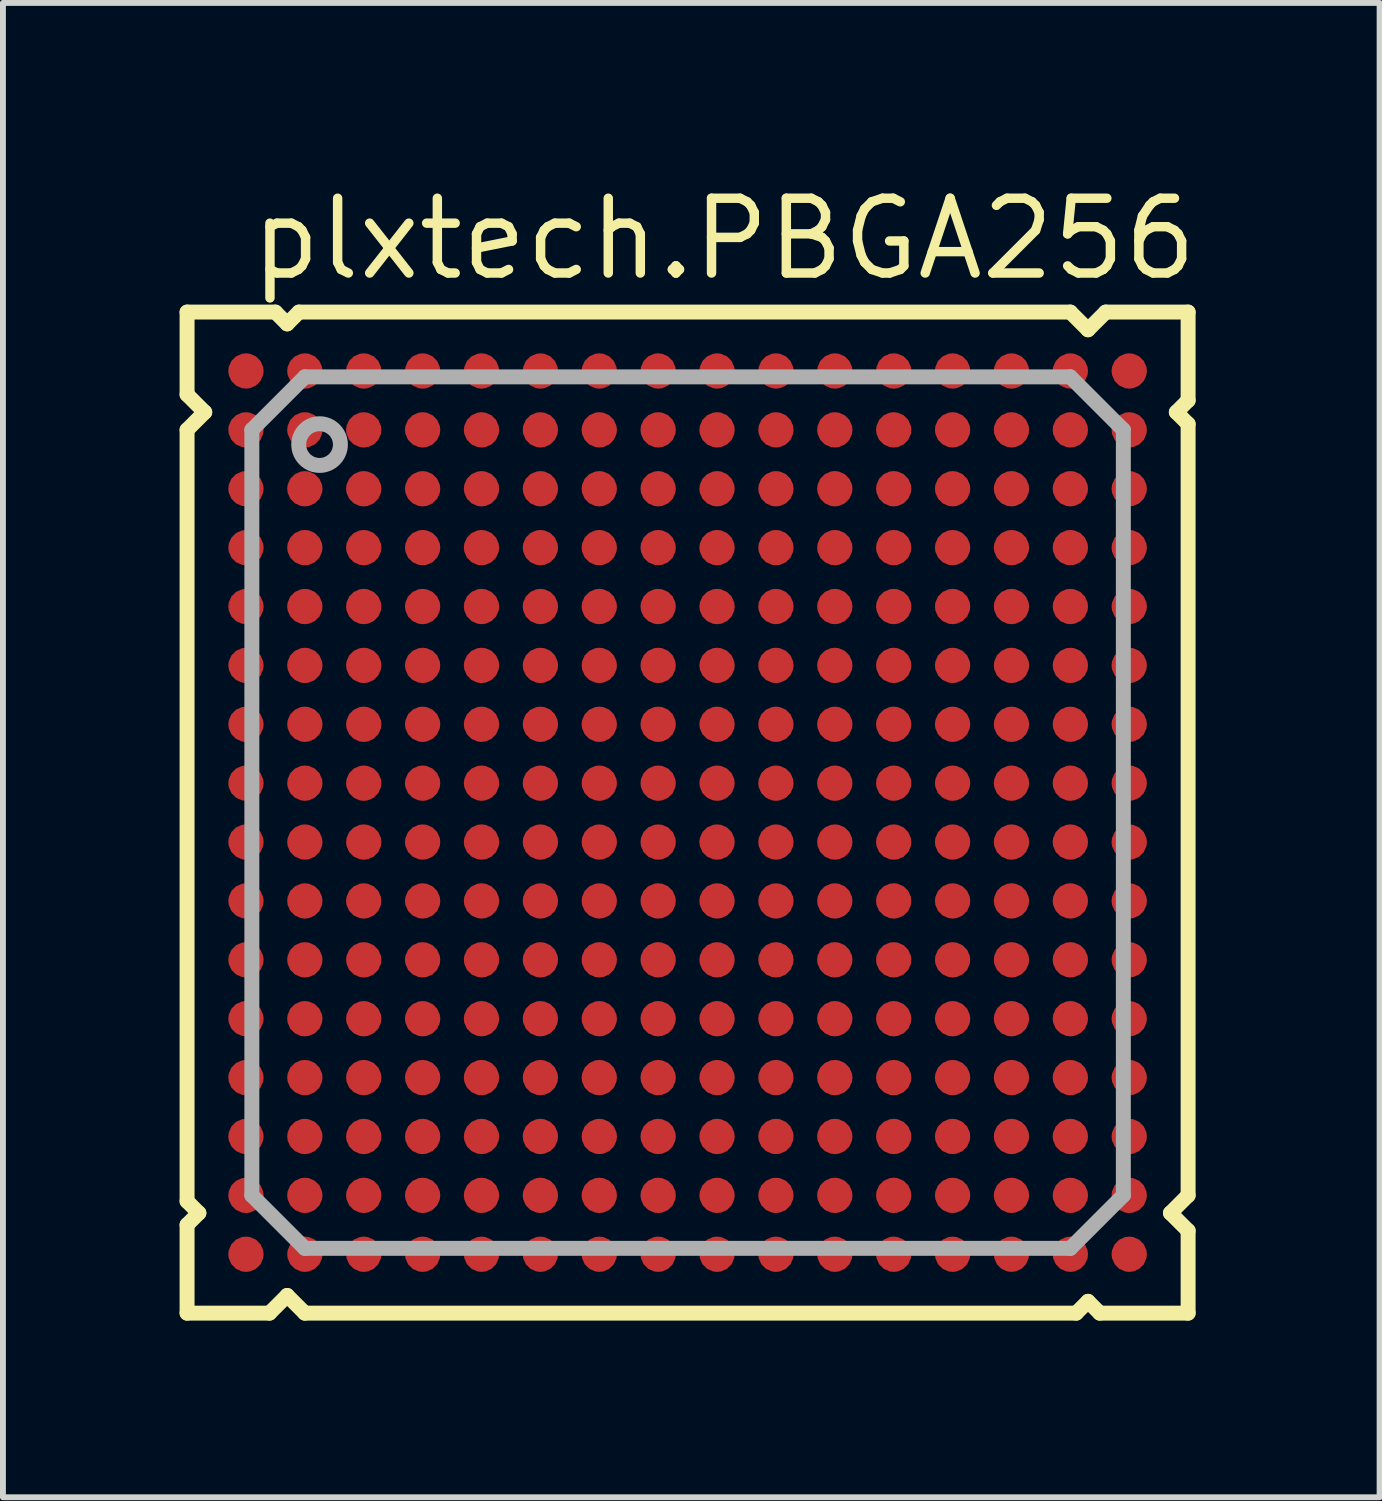
<source format=kicad_pcb>
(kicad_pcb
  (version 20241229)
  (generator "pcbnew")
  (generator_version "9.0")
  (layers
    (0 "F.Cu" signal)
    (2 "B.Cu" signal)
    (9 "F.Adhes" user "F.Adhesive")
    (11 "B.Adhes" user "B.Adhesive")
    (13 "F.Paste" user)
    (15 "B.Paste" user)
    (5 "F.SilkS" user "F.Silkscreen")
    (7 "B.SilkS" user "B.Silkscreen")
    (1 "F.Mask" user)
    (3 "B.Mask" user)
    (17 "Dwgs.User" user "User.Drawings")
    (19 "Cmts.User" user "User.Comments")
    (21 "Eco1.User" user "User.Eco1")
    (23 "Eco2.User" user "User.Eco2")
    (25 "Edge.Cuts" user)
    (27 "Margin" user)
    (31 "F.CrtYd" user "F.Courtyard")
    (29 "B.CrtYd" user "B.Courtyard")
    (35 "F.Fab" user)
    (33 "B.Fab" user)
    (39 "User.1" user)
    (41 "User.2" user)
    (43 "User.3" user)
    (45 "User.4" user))
  (footprint "plxtech.PBGA256"
    (layer "F.Cu")
    (at 8.627 10.75)
    (property "Reference" "plxtech.PBGA256" (at -7.5 -9 0) (layer "F.SilkS") (effects (font (size 1.27 1.27) (thickness 0.16)) (justify left bottom)))
    (attr smd)
    (fp_line (start -8.5 -8.5) (end -7 -8.5) (stroke (width 0.254) (type default)) (layer "F.SilkS"))
    (fp_line (start -8.5 -7.1) (end -8.5 -8.5) (stroke (width 0.254) (type default)) (layer "F.SilkS"))
    (fp_line (start -8.5 -6.5) (end -8.2 -6.8) (stroke (width 0.254) (type default)) (layer "F.SilkS"))
    (fp_line (start -8.5 6.6) (end -8.5 -6.5) (stroke (width 0.254) (type default)) (layer "F.SilkS"))
    (fp_line (start -8.5 7) (end -8.3 6.8) (stroke (width 0.254) (type default)) (layer "F.SilkS"))
    (fp_line (start -8.5 8.5) (end -8.5 7) (stroke (width 0.254) (type default)) (layer "F.SilkS"))
    (fp_line (start -8.3 6.8) (end -8.5 6.6) (stroke (width 0.254) (type default)) (layer "F.SilkS"))
    (fp_line (start -8.2 -6.8) (end -8.5 -7.1) (stroke (width 0.254) (type default)) (layer "F.SilkS"))
    (fp_line (start -7.1 8.5) (end -8.5 8.5) (stroke (width 0.254) (type default)) (layer "F.SilkS"))
    (fp_line (start -7 -8.5) (end -6.8 -8.3) (stroke (width 0.254) (type default)) (layer "F.SilkS"))
    (fp_line (start -6.8 -8.3) (end -6.6 -8.5) (stroke (width 0.254) (type default)) (layer "F.SilkS"))
    (fp_line (start -6.8 8.2) (end -7.1 8.5) (stroke (width 0.254) (type default)) (layer "F.SilkS"))
    (fp_line (start -6.6 -8.5) (end 6.5 -8.5) (stroke (width 0.254) (type default)) (layer "F.SilkS"))
    (fp_line (start -6.5 8.5) (end -6.8 8.2) (stroke (width 0.254) (type default)) (layer "F.SilkS"))
    (fp_line (start 6.5 -8.5) (end 6.8 -8.2) (stroke (width 0.254) (type default)) (layer "F.SilkS"))
    (fp_line (start 6.6 8.5) (end -6.5 8.5) (stroke (width 0.254) (type default)) (layer "F.SilkS"))
    (fp_line (start 6.8 -8.2) (end 7.1 -8.5) (stroke (width 0.254) (type default)) (layer "F.SilkS"))
    (fp_line (start 6.8 8.3) (end 6.6 8.5) (stroke (width 0.254) (type default)) (layer "F.SilkS"))
    (fp_line (start 7 8.5) (end 6.8 8.3) (stroke (width 0.254) (type default)) (layer "F.SilkS"))
    (fp_line (start 7.1 -8.5) (end 8.5 -8.5) (stroke (width 0.254) (type default)) (layer "F.SilkS"))
    (fp_line (start 8.2 6.8) (end 8.5 7.1) (stroke (width 0.254) (type default)) (layer "F.SilkS"))
    (fp_line (start 8.3 -6.8) (end 8.5 -6.6) (stroke (width 0.254) (type default)) (layer "F.SilkS"))
    (fp_line (start 8.5 -8.5) (end 8.5 -7) (stroke (width 0.254) (type default)) (layer "F.SilkS"))
    (fp_line (start 8.5 -7) (end 8.3 -6.8) (stroke (width 0.254) (type default)) (layer "F.SilkS"))
    (fp_line (start 8.5 -6.6) (end 8.5 6.5) (stroke (width 0.254) (type default)) (layer "F.SilkS"))
    (fp_line (start 8.5 6.5) (end 8.2 6.8) (stroke (width 0.254) (type default)) (layer "F.SilkS"))
    (fp_line (start 8.5 7.1) (end 8.5 8.5) (stroke (width 0.254) (type default)) (layer "F.SilkS"))
    (fp_line (start 8.5 8.5) (end 7 8.5) (stroke (width 0.254) (type default)) (layer "F.SilkS"))
    (fp_line (start -7.4 -6.5) (end -6.5 -7.4) (stroke (width 0.254) (type default)) (layer "F.Fab"))
    (fp_line (start -7.4 6.5) (end -7.4 -6.5) (stroke (width 0.254) (type default)) (layer "F.Fab"))
    (fp_line (start -6.5 -7.4) (end 6.5 -7.4) (stroke (width 0.254) (type default)) (layer "F.Fab"))
    (fp_line (start -6.5 7.4) (end -7.4 6.5) (stroke (width 0.254) (type default)) (layer "F.Fab"))
    (fp_line (start 6.5 -7.4) (end 7.4 -6.5) (stroke (width 0.254) (type default)) (layer "F.Fab"))
    (fp_line (start 6.5 7.4) (end -6.5 7.4) (stroke (width 0.254) (type default)) (layer "F.Fab"))
    (fp_line (start 7.4 -6.5) (end 7.4 6.5) (stroke (width 0.254) (type default)) (layer "F.Fab"))
    (fp_line (start 7.4 6.5) (end 6.5 7.4) (stroke (width 0.254) (type default)) (layer "F.Fab"))
    (fp_circle (center -6.25 -6.25) (end -5.896 -6.25) (stroke (width 0.254) (type default)) (fill no) (layer "F.Fab"))
    (pad "A1" smd roundrect (at -7.5 -7.5) (size 0.6 0.6) (layers "F.Cu" "F.Mask" "F.Paste") (roundrect_rratio 0.5))
    (pad "A2" smd roundrect (at -6.5 -7.5) (size 0.6 0.6) (layers "F.Cu" "F.Mask" "F.Paste") (roundrect_rratio 0.5))
    (pad "A3" smd roundrect (at -5.5 -7.5) (size 0.6 0.6) (layers "F.Cu" "F.Mask" "F.Paste") (roundrect_rratio 0.5))
    (pad "A4" smd roundrect (at -4.5 -7.5) (size 0.6 0.6) (layers "F.Cu" "F.Mask" "F.Paste") (roundrect_rratio 0.5))
    (pad "A5" smd roundrect (at -3.5 -7.5) (size 0.6 0.6) (layers "F.Cu" "F.Mask" "F.Paste") (roundrect_rratio 0.5))
    (pad "A6" smd roundrect (at -2.5 -7.5) (size 0.6 0.6) (layers "F.Cu" "F.Mask" "F.Paste") (roundrect_rratio 0.5))
    (pad "A7" smd roundrect (at -1.5 -7.5) (size 0.6 0.6) (layers "F.Cu" "F.Mask" "F.Paste") (roundrect_rratio 0.5))
    (pad "A8" smd roundrect (at -0.5 -7.5) (size 0.6 0.6) (layers "F.Cu" "F.Mask" "F.Paste") (roundrect_rratio 0.5))
    (pad "A9" smd roundrect (at 0.5 -7.5) (size 0.6 0.6) (layers "F.Cu" "F.Mask" "F.Paste") (roundrect_rratio 0.5))
    (pad "A10" smd roundrect (at 1.5 -7.5) (size 0.6 0.6) (layers "F.Cu" "F.Mask" "F.Paste") (roundrect_rratio 0.5))
    (pad "A11" smd roundrect (at 2.5 -7.5) (size 0.6 0.6) (layers "F.Cu" "F.Mask" "F.Paste") (roundrect_rratio 0.5))
    (pad "A12" smd roundrect (at 3.5 -7.5) (size 0.6 0.6) (layers "F.Cu" "F.Mask" "F.Paste") (roundrect_rratio 0.5))
    (pad "A13" smd roundrect (at 4.5 -7.5) (size 0.6 0.6) (layers "F.Cu" "F.Mask" "F.Paste") (roundrect_rratio 0.5))
    (pad "A14" smd roundrect (at 5.5 -7.5) (size 0.6 0.6) (layers "F.Cu" "F.Mask" "F.Paste") (roundrect_rratio 0.5))
    (pad "A15" smd roundrect (at 6.5 -7.5) (size 0.6 0.6) (layers "F.Cu" "F.Mask" "F.Paste") (roundrect_rratio 0.5))
    (pad "A16" smd roundrect (at 7.5 -7.5) (size 0.6 0.6) (layers "F.Cu" "F.Mask" "F.Paste") (roundrect_rratio 0.5))
    (pad "B1" smd roundrect (at -7.5 -6.5) (size 0.6 0.6) (layers "F.Cu" "F.Mask" "F.Paste") (roundrect_rratio 0.5))
    (pad "B2" smd roundrect (at -6.5 -6.5) (size 0.6 0.6) (layers "F.Cu" "F.Mask" "F.Paste") (roundrect_rratio 0.5))
    (pad "B3" smd roundrect (at -5.5 -6.5) (size 0.6 0.6) (layers "F.Cu" "F.Mask" "F.Paste") (roundrect_rratio 0.5))
    (pad "B4" smd roundrect (at -4.5 -6.5) (size 0.6 0.6) (layers "F.Cu" "F.Mask" "F.Paste") (roundrect_rratio 0.5))
    (pad "B5" smd roundrect (at -3.5 -6.5) (size 0.6 0.6) (layers "F.Cu" "F.Mask" "F.Paste") (roundrect_rratio 0.5))
    (pad "B6" smd roundrect (at -2.5 -6.5) (size 0.6 0.6) (layers "F.Cu" "F.Mask" "F.Paste") (roundrect_rratio 0.5))
    (pad "B7" smd roundrect (at -1.5 -6.5) (size 0.6 0.6) (layers "F.Cu" "F.Mask" "F.Paste") (roundrect_rratio 0.5))
    (pad "B8" smd roundrect (at -0.5 -6.5) (size 0.6 0.6) (layers "F.Cu" "F.Mask" "F.Paste") (roundrect_rratio 0.5))
    (pad "B9" smd roundrect (at 0.5 -6.5) (size 0.6 0.6) (layers "F.Cu" "F.Mask" "F.Paste") (roundrect_rratio 0.5))
    (pad "B10" smd roundrect (at 1.5 -6.5) (size 0.6 0.6) (layers "F.Cu" "F.Mask" "F.Paste") (roundrect_rratio 0.5))
    (pad "B11" smd roundrect (at 2.5 -6.5) (size 0.6 0.6) (layers "F.Cu" "F.Mask" "F.Paste") (roundrect_rratio 0.5))
    (pad "B12" smd roundrect (at 3.5 -6.5) (size 0.6 0.6) (layers "F.Cu" "F.Mask" "F.Paste") (roundrect_rratio 0.5))
    (pad "B13" smd roundrect (at 4.5 -6.5) (size 0.6 0.6) (layers "F.Cu" "F.Mask" "F.Paste") (roundrect_rratio 0.5))
    (pad "B14" smd roundrect (at 5.5 -6.5) (size 0.6 0.6) (layers "F.Cu" "F.Mask" "F.Paste") (roundrect_rratio 0.5))
    (pad "B15" smd roundrect (at 6.5 -6.5) (size 0.6 0.6) (layers "F.Cu" "F.Mask" "F.Paste") (roundrect_rratio 0.5))
    (pad "B16" smd roundrect (at 7.5 -6.5) (size 0.6 0.6) (layers "F.Cu" "F.Mask" "F.Paste") (roundrect_rratio 0.5))
    (pad "C1" smd roundrect (at -7.5 -5.5) (size 0.6 0.6) (layers "F.Cu" "F.Mask" "F.Paste") (roundrect_rratio 0.5))
    (pad "C2" smd roundrect (at -6.5 -5.5) (size 0.6 0.6) (layers "F.Cu" "F.Mask" "F.Paste") (roundrect_rratio 0.5))
    (pad "C3" smd roundrect (at -5.5 -5.5) (size 0.6 0.6) (layers "F.Cu" "F.Mask" "F.Paste") (roundrect_rratio 0.5))
    (pad "C4" smd roundrect (at -4.5 -5.5) (size 0.6 0.6) (layers "F.Cu" "F.Mask" "F.Paste") (roundrect_rratio 0.5))
    (pad "C5" smd roundrect (at -3.5 -5.5) (size 0.6 0.6) (layers "F.Cu" "F.Mask" "F.Paste") (roundrect_rratio 0.5))
    (pad "C6" smd roundrect (at -2.5 -5.5) (size 0.6 0.6) (layers "F.Cu" "F.Mask" "F.Paste") (roundrect_rratio 0.5))
    (pad "C7" smd roundrect (at -1.5 -5.5) (size 0.6 0.6) (layers "F.Cu" "F.Mask" "F.Paste") (roundrect_rratio 0.5))
    (pad "C8" smd roundrect (at -0.5 -5.5) (size 0.6 0.6) (layers "F.Cu" "F.Mask" "F.Paste") (roundrect_rratio 0.5))
    (pad "C9" smd roundrect (at 0.5 -5.5) (size 0.6 0.6) (layers "F.Cu" "F.Mask" "F.Paste") (roundrect_rratio 0.5))
    (pad "C10" smd roundrect (at 1.5 -5.5) (size 0.6 0.6) (layers "F.Cu" "F.Mask" "F.Paste") (roundrect_rratio 0.5))
    (pad "C11" smd roundrect (at 2.5 -5.5) (size 0.6 0.6) (layers "F.Cu" "F.Mask" "F.Paste") (roundrect_rratio 0.5))
    (pad "C12" smd roundrect (at 3.5 -5.5) (size 0.6 0.6) (layers "F.Cu" "F.Mask" "F.Paste") (roundrect_rratio 0.5))
    (pad "C13" smd roundrect (at 4.5 -5.5) (size 0.6 0.6) (layers "F.Cu" "F.Mask" "F.Paste") (roundrect_rratio 0.5))
    (pad "C14" smd roundrect (at 5.5 -5.5) (size 0.6 0.6) (layers "F.Cu" "F.Mask" "F.Paste") (roundrect_rratio 0.5))
    (pad "C15" smd roundrect (at 6.5 -5.5) (size 0.6 0.6) (layers "F.Cu" "F.Mask" "F.Paste") (roundrect_rratio 0.5))
    (pad "C16" smd roundrect (at 7.5 -5.5) (size 0.6 0.6) (layers "F.Cu" "F.Mask" "F.Paste") (roundrect_rratio 0.5))
    (pad "D1" smd roundrect (at -7.5 -4.5) (size 0.6 0.6) (layers "F.Cu" "F.Mask" "F.Paste") (roundrect_rratio 0.5))
    (pad "D2" smd roundrect (at -6.5 -4.5) (size 0.6 0.6) (layers "F.Cu" "F.Mask" "F.Paste") (roundrect_rratio 0.5))
    (pad "D3" smd roundrect (at -5.5 -4.5) (size 0.6 0.6) (layers "F.Cu" "F.Mask" "F.Paste") (roundrect_rratio 0.5))
    (pad "D4" smd roundrect (at -4.5 -4.5) (size 0.6 0.6) (layers "F.Cu" "F.Mask" "F.Paste") (roundrect_rratio 0.5))
    (pad "D5" smd roundrect (at -3.5 -4.5) (size 0.6 0.6) (layers "F.Cu" "F.Mask" "F.Paste") (roundrect_rratio 0.5))
    (pad "D6" smd roundrect (at -2.5 -4.5) (size 0.6 0.6) (layers "F.Cu" "F.Mask" "F.Paste") (roundrect_rratio 0.5))
    (pad "D7" smd roundrect (at -1.5 -4.5) (size 0.6 0.6) (layers "F.Cu" "F.Mask" "F.Paste") (roundrect_rratio 0.5))
    (pad "D8" smd roundrect (at -0.5 -4.5) (size 0.6 0.6) (layers "F.Cu" "F.Mask" "F.Paste") (roundrect_rratio 0.5))
    (pad "D9" smd roundrect (at 0.5 -4.5) (size 0.6 0.6) (layers "F.Cu" "F.Mask" "F.Paste") (roundrect_rratio 0.5))
    (pad "D10" smd roundrect (at 1.5 -4.5) (size 0.6 0.6) (layers "F.Cu" "F.Mask" "F.Paste") (roundrect_rratio 0.5))
    (pad "D11" smd roundrect (at 2.5 -4.5) (size 0.6 0.6) (layers "F.Cu" "F.Mask" "F.Paste") (roundrect_rratio 0.5))
    (pad "D12" smd roundrect (at 3.5 -4.5) (size 0.6 0.6) (layers "F.Cu" "F.Mask" "F.Paste") (roundrect_rratio 0.5))
    (pad "D13" smd roundrect (at 4.5 -4.5) (size 0.6 0.6) (layers "F.Cu" "F.Mask" "F.Paste") (roundrect_rratio 0.5))
    (pad "D14" smd roundrect (at 5.5 -4.5) (size 0.6 0.6) (layers "F.Cu" "F.Mask" "F.Paste") (roundrect_rratio 0.5))
    (pad "D15" smd roundrect (at 6.5 -4.5) (size 0.6 0.6) (layers "F.Cu" "F.Mask" "F.Paste") (roundrect_rratio 0.5))
    (pad "D16" smd roundrect (at 7.5 -4.5) (size 0.6 0.6) (layers "F.Cu" "F.Mask" "F.Paste") (roundrect_rratio 0.5))
    (pad "E1" smd roundrect (at -7.5 -3.5) (size 0.6 0.6) (layers "F.Cu" "F.Mask" "F.Paste") (roundrect_rratio 0.5))
    (pad "E2" smd roundrect (at -6.5 -3.5) (size 0.6 0.6) (layers "F.Cu" "F.Mask" "F.Paste") (roundrect_rratio 0.5))
    (pad "E3" smd roundrect (at -5.5 -3.5) (size 0.6 0.6) (layers "F.Cu" "F.Mask" "F.Paste") (roundrect_rratio 0.5))
    (pad "E4" smd roundrect (at -4.5 -3.5) (size 0.6 0.6) (layers "F.Cu" "F.Mask" "F.Paste") (roundrect_rratio 0.5))
    (pad "E5" smd roundrect (at -3.5 -3.5) (size 0.6 0.6) (layers "F.Cu" "F.Mask" "F.Paste") (roundrect_rratio 0.5))
    (pad "E6" smd roundrect (at -2.5 -3.5) (size 0.6 0.6) (layers "F.Cu" "F.Mask" "F.Paste") (roundrect_rratio 0.5))
    (pad "E7" smd roundrect (at -1.5 -3.5) (size 0.6 0.6) (layers "F.Cu" "F.Mask" "F.Paste") (roundrect_rratio 0.5))
    (pad "E8" smd roundrect (at -0.5 -3.5) (size 0.6 0.6) (layers "F.Cu" "F.Mask" "F.Paste") (roundrect_rratio 0.5))
    (pad "E9" smd roundrect (at 0.5 -3.5) (size 0.6 0.6) (layers "F.Cu" "F.Mask" "F.Paste") (roundrect_rratio 0.5))
    (pad "E10" smd roundrect (at 1.5 -3.5) (size 0.6 0.6) (layers "F.Cu" "F.Mask" "F.Paste") (roundrect_rratio 0.5))
    (pad "E11" smd roundrect (at 2.5 -3.5) (size 0.6 0.6) (layers "F.Cu" "F.Mask" "F.Paste") (roundrect_rratio 0.5))
    (pad "E12" smd roundrect (at 3.5 -3.5) (size 0.6 0.6) (layers "F.Cu" "F.Mask" "F.Paste") (roundrect_rratio 0.5))
    (pad "E13" smd roundrect (at 4.5 -3.5) (size 0.6 0.6) (layers "F.Cu" "F.Mask" "F.Paste") (roundrect_rratio 0.5))
    (pad "E14" smd roundrect (at 5.5 -3.5) (size 0.6 0.6) (layers "F.Cu" "F.Mask" "F.Paste") (roundrect_rratio 0.5))
    (pad "E15" smd roundrect (at 6.5 -3.5) (size 0.6 0.6) (layers "F.Cu" "F.Mask" "F.Paste") (roundrect_rratio 0.5))
    (pad "E16" smd roundrect (at 7.5 -3.5) (size 0.6 0.6) (layers "F.Cu" "F.Mask" "F.Paste") (roundrect_rratio 0.5))
    (pad "F1" smd roundrect (at -7.5 -2.5) (size 0.6 0.6) (layers "F.Cu" "F.Mask" "F.Paste") (roundrect_rratio 0.5))
    (pad "F2" smd roundrect (at -6.5 -2.5) (size 0.6 0.6) (layers "F.Cu" "F.Mask" "F.Paste") (roundrect_rratio 0.5))
    (pad "F3" smd roundrect (at -5.5 -2.5) (size 0.6 0.6) (layers "F.Cu" "F.Mask" "F.Paste") (roundrect_rratio 0.5))
    (pad "F4" smd roundrect (at -4.5 -2.5) (size 0.6 0.6) (layers "F.Cu" "F.Mask" "F.Paste") (roundrect_rratio 0.5))
    (pad "F5" smd roundrect (at -3.5 -2.5) (size 0.6 0.6) (layers "F.Cu" "F.Mask" "F.Paste") (roundrect_rratio 0.5))
    (pad "F6" smd roundrect (at -2.5 -2.5) (size 0.6 0.6) (layers "F.Cu" "F.Mask" "F.Paste") (roundrect_rratio 0.5))
    (pad "F7" smd roundrect (at -1.5 -2.5) (size 0.6 0.6) (layers "F.Cu" "F.Mask" "F.Paste") (roundrect_rratio 0.5))
    (pad "F8" smd roundrect (at -0.5 -2.5) (size 0.6 0.6) (layers "F.Cu" "F.Mask" "F.Paste") (roundrect_rratio 0.5))
    (pad "F9" smd roundrect (at 0.5 -2.5) (size 0.6 0.6) (layers "F.Cu" "F.Mask" "F.Paste") (roundrect_rratio 0.5))
    (pad "F10" smd roundrect (at 1.5 -2.5) (size 0.6 0.6) (layers "F.Cu" "F.Mask" "F.Paste") (roundrect_rratio 0.5))
    (pad "F11" smd roundrect (at 2.5 -2.5) (size 0.6 0.6) (layers "F.Cu" "F.Mask" "F.Paste") (roundrect_rratio 0.5))
    (pad "F12" smd roundrect (at 3.5 -2.5) (size 0.6 0.6) (layers "F.Cu" "F.Mask" "F.Paste") (roundrect_rratio 0.5))
    (pad "F13" smd roundrect (at 4.5 -2.5) (size 0.6 0.6) (layers "F.Cu" "F.Mask" "F.Paste") (roundrect_rratio 0.5))
    (pad "F14" smd roundrect (at 5.5 -2.5) (size 0.6 0.6) (layers "F.Cu" "F.Mask" "F.Paste") (roundrect_rratio 0.5))
    (pad "F15" smd roundrect (at 6.5 -2.5) (size 0.6 0.6) (layers "F.Cu" "F.Mask" "F.Paste") (roundrect_rratio 0.5))
    (pad "F16" smd roundrect (at 7.5 -2.5) (size 0.6 0.6) (layers "F.Cu" "F.Mask" "F.Paste") (roundrect_rratio 0.5))
    (pad "G1" smd roundrect (at -7.5 -1.5) (size 0.6 0.6) (layers "F.Cu" "F.Mask" "F.Paste") (roundrect_rratio 0.5))
    (pad "G2" smd roundrect (at -6.5 -1.5) (size 0.6 0.6) (layers "F.Cu" "F.Mask" "F.Paste") (roundrect_rratio 0.5))
    (pad "G3" smd roundrect (at -5.5 -1.5) (size 0.6 0.6) (layers "F.Cu" "F.Mask" "F.Paste") (roundrect_rratio 0.5))
    (pad "G4" smd roundrect (at -4.5 -1.5) (size 0.6 0.6) (layers "F.Cu" "F.Mask" "F.Paste") (roundrect_rratio 0.5))
    (pad "G5" smd roundrect (at -3.5 -1.5) (size 0.6 0.6) (layers "F.Cu" "F.Mask" "F.Paste") (roundrect_rratio 0.5))
    (pad "G6" smd roundrect (at -2.5 -1.5) (size 0.6 0.6) (layers "F.Cu" "F.Mask" "F.Paste") (roundrect_rratio 0.5))
    (pad "G7" smd roundrect (at -1.5 -1.5) (size 0.6 0.6) (layers "F.Cu" "F.Mask" "F.Paste") (roundrect_rratio 0.5))
    (pad "G8" smd roundrect (at -0.5 -1.5) (size 0.6 0.6) (layers "F.Cu" "F.Mask" "F.Paste") (roundrect_rratio 0.5))
    (pad "G9" smd roundrect (at 0.5 -1.5) (size 0.6 0.6) (layers "F.Cu" "F.Mask" "F.Paste") (roundrect_rratio 0.5))
    (pad "G10" smd roundrect (at 1.5 -1.5) (size 0.6 0.6) (layers "F.Cu" "F.Mask" "F.Paste") (roundrect_rratio 0.5))
    (pad "G11" smd roundrect (at 2.5 -1.5) (size 0.6 0.6) (layers "F.Cu" "F.Mask" "F.Paste") (roundrect_rratio 0.5))
    (pad "G12" smd roundrect (at 3.5 -1.5) (size 0.6 0.6) (layers "F.Cu" "F.Mask" "F.Paste") (roundrect_rratio 0.5))
    (pad "G13" smd roundrect (at 4.5 -1.5) (size 0.6 0.6) (layers "F.Cu" "F.Mask" "F.Paste") (roundrect_rratio 0.5))
    (pad "G14" smd roundrect (at 5.5 -1.5) (size 0.6 0.6) (layers "F.Cu" "F.Mask" "F.Paste") (roundrect_rratio 0.5))
    (pad "G15" smd roundrect (at 6.5 -1.5) (size 0.6 0.6) (layers "F.Cu" "F.Mask" "F.Paste") (roundrect_rratio 0.5))
    (pad "G16" smd roundrect (at 7.5 -1.5) (size 0.6 0.6) (layers "F.Cu" "F.Mask" "F.Paste") (roundrect_rratio 0.5))
    (pad "H1" smd roundrect (at -7.5 -0.5) (size 0.6 0.6) (layers "F.Cu" "F.Mask" "F.Paste") (roundrect_rratio 0.5))
    (pad "H2" smd roundrect (at -6.5 -0.5) (size 0.6 0.6) (layers "F.Cu" "F.Mask" "F.Paste") (roundrect_rratio 0.5))
    (pad "H3" smd roundrect (at -5.5 -0.5) (size 0.6 0.6) (layers "F.Cu" "F.Mask" "F.Paste") (roundrect_rratio 0.5))
    (pad "H4" smd roundrect (at -4.5 -0.5) (size 0.6 0.6) (layers "F.Cu" "F.Mask" "F.Paste") (roundrect_rratio 0.5))
    (pad "H5" smd roundrect (at -3.5 -0.5) (size 0.6 0.6) (layers "F.Cu" "F.Mask" "F.Paste") (roundrect_rratio 0.5))
    (pad "H6" smd roundrect (at -2.5 -0.5) (size 0.6 0.6) (layers "F.Cu" "F.Mask" "F.Paste") (roundrect_rratio 0.5))
    (pad "H7" smd roundrect (at -1.5 -0.5) (size 0.6 0.6) (layers "F.Cu" "F.Mask" "F.Paste") (roundrect_rratio 0.5))
    (pad "H8" smd roundrect (at -0.5 -0.5) (size 0.6 0.6) (layers "F.Cu" "F.Mask" "F.Paste") (roundrect_rratio 0.5))
    (pad "H9" smd roundrect (at 0.5 -0.5) (size 0.6 0.6) (layers "F.Cu" "F.Mask" "F.Paste") (roundrect_rratio 0.5))
    (pad "H10" smd roundrect (at 1.5 -0.5) (size 0.6 0.6) (layers "F.Cu" "F.Mask" "F.Paste") (roundrect_rratio 0.5))
    (pad "H11" smd roundrect (at 2.5 -0.5) (size 0.6 0.6) (layers "F.Cu" "F.Mask" "F.Paste") (roundrect_rratio 0.5))
    (pad "H12" smd roundrect (at 3.5 -0.5) (size 0.6 0.6) (layers "F.Cu" "F.Mask" "F.Paste") (roundrect_rratio 0.5))
    (pad "H13" smd roundrect (at 4.5 -0.5) (size 0.6 0.6) (layers "F.Cu" "F.Mask" "F.Paste") (roundrect_rratio 0.5))
    (pad "H14" smd roundrect (at 5.5 -0.5) (size 0.6 0.6) (layers "F.Cu" "F.Mask" "F.Paste") (roundrect_rratio 0.5))
    (pad "H15" smd roundrect (at 6.5 -0.5) (size 0.6 0.6) (layers "F.Cu" "F.Mask" "F.Paste") (roundrect_rratio 0.5))
    (pad "H16" smd roundrect (at 7.5 -0.5) (size 0.6 0.6) (layers "F.Cu" "F.Mask" "F.Paste") (roundrect_rratio 0.5))
    (pad "J1" smd roundrect (at -7.5 0.5) (size 0.6 0.6) (layers "F.Cu" "F.Mask" "F.Paste") (roundrect_rratio 0.5))
    (pad "J2" smd roundrect (at -6.5 0.5) (size 0.6 0.6) (layers "F.Cu" "F.Mask" "F.Paste") (roundrect_rratio 0.5))
    (pad "J3" smd roundrect (at -5.5 0.5) (size 0.6 0.6) (layers "F.Cu" "F.Mask" "F.Paste") (roundrect_rratio 0.5))
    (pad "J4" smd roundrect (at -4.5 0.5) (size 0.6 0.6) (layers "F.Cu" "F.Mask" "F.Paste") (roundrect_rratio 0.5))
    (pad "J5" smd roundrect (at -3.5 0.5) (size 0.6 0.6) (layers "F.Cu" "F.Mask" "F.Paste") (roundrect_rratio 0.5))
    (pad "J6" smd roundrect (at -2.5 0.5) (size 0.6 0.6) (layers "F.Cu" "F.Mask" "F.Paste") (roundrect_rratio 0.5))
    (pad "J7" smd roundrect (at -1.5 0.5) (size 0.6 0.6) (layers "F.Cu" "F.Mask" "F.Paste") (roundrect_rratio 0.5))
    (pad "J8" smd roundrect (at -0.5 0.5) (size 0.6 0.6) (layers "F.Cu" "F.Mask" "F.Paste") (roundrect_rratio 0.5))
    (pad "J9" smd roundrect (at 0.5 0.5) (size 0.6 0.6) (layers "F.Cu" "F.Mask" "F.Paste") (roundrect_rratio 0.5))
    (pad "J10" smd roundrect (at 1.5 0.5) (size 0.6 0.6) (layers "F.Cu" "F.Mask" "F.Paste") (roundrect_rratio 0.5))
    (pad "J11" smd roundrect (at 2.5 0.5) (size 0.6 0.6) (layers "F.Cu" "F.Mask" "F.Paste") (roundrect_rratio 0.5))
    (pad "J12" smd roundrect (at 3.5 0.5) (size 0.6 0.6) (layers "F.Cu" "F.Mask" "F.Paste") (roundrect_rratio 0.5))
    (pad "J13" smd roundrect (at 4.5 0.5) (size 0.6 0.6) (layers "F.Cu" "F.Mask" "F.Paste") (roundrect_rratio 0.5))
    (pad "J14" smd roundrect (at 5.5 0.5) (size 0.6 0.6) (layers "F.Cu" "F.Mask" "F.Paste") (roundrect_rratio 0.5))
    (pad "J15" smd roundrect (at 6.5 0.5) (size 0.6 0.6) (layers "F.Cu" "F.Mask" "F.Paste") (roundrect_rratio 0.5))
    (pad "J16" smd roundrect (at 7.5 0.5) (size 0.6 0.6) (layers "F.Cu" "F.Mask" "F.Paste") (roundrect_rratio 0.5))
    (pad "K1" smd roundrect (at -7.5 1.5) (size 0.6 0.6) (layers "F.Cu" "F.Mask" "F.Paste") (roundrect_rratio 0.5))
    (pad "K2" smd roundrect (at -6.5 1.5) (size 0.6 0.6) (layers "F.Cu" "F.Mask" "F.Paste") (roundrect_rratio 0.5))
    (pad "K3" smd roundrect (at -5.5 1.5) (size 0.6 0.6) (layers "F.Cu" "F.Mask" "F.Paste") (roundrect_rratio 0.5))
    (pad "K4" smd roundrect (at -4.5 1.5) (size 0.6 0.6) (layers "F.Cu" "F.Mask" "F.Paste") (roundrect_rratio 0.5))
    (pad "K5" smd roundrect (at -3.5 1.5) (size 0.6 0.6) (layers "F.Cu" "F.Mask" "F.Paste") (roundrect_rratio 0.5))
    (pad "K6" smd roundrect (at -2.5 1.5) (size 0.6 0.6) (layers "F.Cu" "F.Mask" "F.Paste") (roundrect_rratio 0.5))
    (pad "K7" smd roundrect (at -1.5 1.5) (size 0.6 0.6) (layers "F.Cu" "F.Mask" "F.Paste") (roundrect_rratio 0.5))
    (pad "K8" smd roundrect (at -0.5 1.5) (size 0.6 0.6) (layers "F.Cu" "F.Mask" "F.Paste") (roundrect_rratio 0.5))
    (pad "K9" smd roundrect (at 0.5 1.5) (size 0.6 0.6) (layers "F.Cu" "F.Mask" "F.Paste") (roundrect_rratio 0.5))
    (pad "K10" smd roundrect (at 1.5 1.5) (size 0.6 0.6) (layers "F.Cu" "F.Mask" "F.Paste") (roundrect_rratio 0.5))
    (pad "K11" smd roundrect (at 2.5 1.5) (size 0.6 0.6) (layers "F.Cu" "F.Mask" "F.Paste") (roundrect_rratio 0.5))
    (pad "K12" smd roundrect (at 3.5 1.5) (size 0.6 0.6) (layers "F.Cu" "F.Mask" "F.Paste") (roundrect_rratio 0.5))
    (pad "K13" smd roundrect (at 4.5 1.5) (size 0.6 0.6) (layers "F.Cu" "F.Mask" "F.Paste") (roundrect_rratio 0.5))
    (pad "K14" smd roundrect (at 5.5 1.5) (size 0.6 0.6) (layers "F.Cu" "F.Mask" "F.Paste") (roundrect_rratio 0.5))
    (pad "K15" smd roundrect (at 6.5 1.5) (size 0.6 0.6) (layers "F.Cu" "F.Mask" "F.Paste") (roundrect_rratio 0.5))
    (pad "K16" smd roundrect (at 7.5 1.5) (size 0.6 0.6) (layers "F.Cu" "F.Mask" "F.Paste") (roundrect_rratio 0.5))
    (pad "L1" smd roundrect (at -7.5 2.5) (size 0.6 0.6) (layers "F.Cu" "F.Mask" "F.Paste") (roundrect_rratio 0.5))
    (pad "L2" smd roundrect (at -6.5 2.5) (size 0.6 0.6) (layers "F.Cu" "F.Mask" "F.Paste") (roundrect_rratio 0.5))
    (pad "L3" smd roundrect (at -5.5 2.5) (size 0.6 0.6) (layers "F.Cu" "F.Mask" "F.Paste") (roundrect_rratio 0.5))
    (pad "L4" smd roundrect (at -4.5 2.5) (size 0.6 0.6) (layers "F.Cu" "F.Mask" "F.Paste") (roundrect_rratio 0.5))
    (pad "L5" smd roundrect (at -3.5 2.5) (size 0.6 0.6) (layers "F.Cu" "F.Mask" "F.Paste") (roundrect_rratio 0.5))
    (pad "L6" smd roundrect (at -2.5 2.5) (size 0.6 0.6) (layers "F.Cu" "F.Mask" "F.Paste") (roundrect_rratio 0.5))
    (pad "L7" smd roundrect (at -1.5 2.5) (size 0.6 0.6) (layers "F.Cu" "F.Mask" "F.Paste") (roundrect_rratio 0.5))
    (pad "L8" smd roundrect (at -0.5 2.5) (size 0.6 0.6) (layers "F.Cu" "F.Mask" "F.Paste") (roundrect_rratio 0.5))
    (pad "L9" smd roundrect (at 0.5 2.5) (size 0.6 0.6) (layers "F.Cu" "F.Mask" "F.Paste") (roundrect_rratio 0.5))
    (pad "L10" smd roundrect (at 1.5 2.5) (size 0.6 0.6) (layers "F.Cu" "F.Mask" "F.Paste") (roundrect_rratio 0.5))
    (pad "L11" smd roundrect (at 2.5 2.5) (size 0.6 0.6) (layers "F.Cu" "F.Mask" "F.Paste") (roundrect_rratio 0.5))
    (pad "L12" smd roundrect (at 3.5 2.5) (size 0.6 0.6) (layers "F.Cu" "F.Mask" "F.Paste") (roundrect_rratio 0.5))
    (pad "L13" smd roundrect (at 4.5 2.5) (size 0.6 0.6) (layers "F.Cu" "F.Mask" "F.Paste") (roundrect_rratio 0.5))
    (pad "L14" smd roundrect (at 5.5 2.5) (size 0.6 0.6) (layers "F.Cu" "F.Mask" "F.Paste") (roundrect_rratio 0.5))
    (pad "L15" smd roundrect (at 6.5 2.5) (size 0.6 0.6) (layers "F.Cu" "F.Mask" "F.Paste") (roundrect_rratio 0.5))
    (pad "L16" smd roundrect (at 7.5 2.5) (size 0.6 0.6) (layers "F.Cu" "F.Mask" "F.Paste") (roundrect_rratio 0.5))
    (pad "M1" smd roundrect (at -7.5 3.5) (size 0.6 0.6) (layers "F.Cu" "F.Mask" "F.Paste") (roundrect_rratio 0.5))
    (pad "M2" smd roundrect (at -6.5 3.5) (size 0.6 0.6) (layers "F.Cu" "F.Mask" "F.Paste") (roundrect_rratio 0.5))
    (pad "M3" smd roundrect (at -5.5 3.5) (size 0.6 0.6) (layers "F.Cu" "F.Mask" "F.Paste") (roundrect_rratio 0.5))
    (pad "M4" smd roundrect (at -4.5 3.5) (size 0.6 0.6) (layers "F.Cu" "F.Mask" "F.Paste") (roundrect_rratio 0.5))
    (pad "M5" smd roundrect (at -3.5 3.5) (size 0.6 0.6) (layers "F.Cu" "F.Mask" "F.Paste") (roundrect_rratio 0.5))
    (pad "M6" smd roundrect (at -2.5 3.5) (size 0.6 0.6) (layers "F.Cu" "F.Mask" "F.Paste") (roundrect_rratio 0.5))
    (pad "M7" smd roundrect (at -1.5 3.5) (size 0.6 0.6) (layers "F.Cu" "F.Mask" "F.Paste") (roundrect_rratio 0.5))
    (pad "M8" smd roundrect (at -0.5 3.5) (size 0.6 0.6) (layers "F.Cu" "F.Mask" "F.Paste") (roundrect_rratio 0.5))
    (pad "M9" smd roundrect (at 0.5 3.5) (size 0.6 0.6) (layers "F.Cu" "F.Mask" "F.Paste") (roundrect_rratio 0.5))
    (pad "M10" smd roundrect (at 1.5 3.5) (size 0.6 0.6) (layers "F.Cu" "F.Mask" "F.Paste") (roundrect_rratio 0.5))
    (pad "M11" smd roundrect (at 2.5 3.5) (size 0.6 0.6) (layers "F.Cu" "F.Mask" "F.Paste") (roundrect_rratio 0.5))
    (pad "M12" smd roundrect (at 3.5 3.5) (size 0.6 0.6) (layers "F.Cu" "F.Mask" "F.Paste") (roundrect_rratio 0.5))
    (pad "M13" smd roundrect (at 4.5 3.5) (size 0.6 0.6) (layers "F.Cu" "F.Mask" "F.Paste") (roundrect_rratio 0.5))
    (pad "M14" smd roundrect (at 5.5 3.5) (size 0.6 0.6) (layers "F.Cu" "F.Mask" "F.Paste") (roundrect_rratio 0.5))
    (pad "M15" smd roundrect (at 6.5 3.5) (size 0.6 0.6) (layers "F.Cu" "F.Mask" "F.Paste") (roundrect_rratio 0.5))
    (pad "M16" smd roundrect (at 7.5 3.5) (size 0.6 0.6) (layers "F.Cu" "F.Mask" "F.Paste") (roundrect_rratio 0.5))
    (pad "N1" smd roundrect (at -7.5 4.5) (size 0.6 0.6) (layers "F.Cu" "F.Mask" "F.Paste") (roundrect_rratio 0.5))
    (pad "N2" smd roundrect (at -6.5 4.5) (size 0.6 0.6) (layers "F.Cu" "F.Mask" "F.Paste") (roundrect_rratio 0.5))
    (pad "N3" smd roundrect (at -5.5 4.5) (size 0.6 0.6) (layers "F.Cu" "F.Mask" "F.Paste") (roundrect_rratio 0.5))
    (pad "N4" smd roundrect (at -4.5 4.5) (size 0.6 0.6) (layers "F.Cu" "F.Mask" "F.Paste") (roundrect_rratio 0.5))
    (pad "N5" smd roundrect (at -3.5 4.5) (size 0.6 0.6) (layers "F.Cu" "F.Mask" "F.Paste") (roundrect_rratio 0.5))
    (pad "N6" smd roundrect (at -2.5 4.5) (size 0.6 0.6) (layers "F.Cu" "F.Mask" "F.Paste") (roundrect_rratio 0.5))
    (pad "N7" smd roundrect (at -1.5 4.5) (size 0.6 0.6) (layers "F.Cu" "F.Mask" "F.Paste") (roundrect_rratio 0.5))
    (pad "N8" smd roundrect (at -0.5 4.5) (size 0.6 0.6) (layers "F.Cu" "F.Mask" "F.Paste") (roundrect_rratio 0.5))
    (pad "N9" smd roundrect (at 0.5 4.5) (size 0.6 0.6) (layers "F.Cu" "F.Mask" "F.Paste") (roundrect_rratio 0.5))
    (pad "N10" smd roundrect (at 1.5 4.5) (size 0.6 0.6) (layers "F.Cu" "F.Mask" "F.Paste") (roundrect_rratio 0.5))
    (pad "N11" smd roundrect (at 2.5 4.5) (size 0.6 0.6) (layers "F.Cu" "F.Mask" "F.Paste") (roundrect_rratio 0.5))
    (pad "N12" smd roundrect (at 3.5 4.5) (size 0.6 0.6) (layers "F.Cu" "F.Mask" "F.Paste") (roundrect_rratio 0.5))
    (pad "N13" smd roundrect (at 4.5 4.5) (size 0.6 0.6) (layers "F.Cu" "F.Mask" "F.Paste") (roundrect_rratio 0.5))
    (pad "N14" smd roundrect (at 5.5 4.5) (size 0.6 0.6) (layers "F.Cu" "F.Mask" "F.Paste") (roundrect_rratio 0.5))
    (pad "N15" smd roundrect (at 6.5 4.5) (size 0.6 0.6) (layers "F.Cu" "F.Mask" "F.Paste") (roundrect_rratio 0.5))
    (pad "N16" smd roundrect (at 7.5 4.5) (size 0.6 0.6) (layers "F.Cu" "F.Mask" "F.Paste") (roundrect_rratio 0.5))
    (pad "P1" smd roundrect (at -7.5 5.5) (size 0.6 0.6) (layers "F.Cu" "F.Mask" "F.Paste") (roundrect_rratio 0.5))
    (pad "P2" smd roundrect (at -6.5 5.5) (size 0.6 0.6) (layers "F.Cu" "F.Mask" "F.Paste") (roundrect_rratio 0.5))
    (pad "P3" smd roundrect (at -5.5 5.5) (size 0.6 0.6) (layers "F.Cu" "F.Mask" "F.Paste") (roundrect_rratio 0.5))
    (pad "P4" smd roundrect (at -4.5 5.5) (size 0.6 0.6) (layers "F.Cu" "F.Mask" "F.Paste") (roundrect_rratio 0.5))
    (pad "P5" smd roundrect (at -3.5 5.5) (size 0.6 0.6) (layers "F.Cu" "F.Mask" "F.Paste") (roundrect_rratio 0.5))
    (pad "P6" smd roundrect (at -2.5 5.5) (size 0.6 0.6) (layers "F.Cu" "F.Mask" "F.Paste") (roundrect_rratio 0.5))
    (pad "P7" smd roundrect (at -1.5 5.5) (size 0.6 0.6) (layers "F.Cu" "F.Mask" "F.Paste") (roundrect_rratio 0.5))
    (pad "P8" smd roundrect (at -0.5 5.5) (size 0.6 0.6) (layers "F.Cu" "F.Mask" "F.Paste") (roundrect_rratio 0.5))
    (pad "P9" smd roundrect (at 0.5 5.5) (size 0.6 0.6) (layers "F.Cu" "F.Mask" "F.Paste") (roundrect_rratio 0.5))
    (pad "P10" smd roundrect (at 1.5 5.5) (size 0.6 0.6) (layers "F.Cu" "F.Mask" "F.Paste") (roundrect_rratio 0.5))
    (pad "P11" smd roundrect (at 2.5 5.5) (size 0.6 0.6) (layers "F.Cu" "F.Mask" "F.Paste") (roundrect_rratio 0.5))
    (pad "P12" smd roundrect (at 3.5 5.5) (size 0.6 0.6) (layers "F.Cu" "F.Mask" "F.Paste") (roundrect_rratio 0.5))
    (pad "P13" smd roundrect (at 4.5 5.5) (size 0.6 0.6) (layers "F.Cu" "F.Mask" "F.Paste") (roundrect_rratio 0.5))
    (pad "P14" smd roundrect (at 5.5 5.5) (size 0.6 0.6) (layers "F.Cu" "F.Mask" "F.Paste") (roundrect_rratio 0.5))
    (pad "P15" smd roundrect (at 6.5 5.5) (size 0.6 0.6) (layers "F.Cu" "F.Mask" "F.Paste") (roundrect_rratio 0.5))
    (pad "P16" smd roundrect (at 7.5 5.5) (size 0.6 0.6) (layers "F.Cu" "F.Mask" "F.Paste") (roundrect_rratio 0.5))
    (pad "R1" smd roundrect (at -7.5 6.5) (size 0.6 0.6) (layers "F.Cu" "F.Mask" "F.Paste") (roundrect_rratio 0.5))
    (pad "R2" smd roundrect (at -6.5 6.5) (size 0.6 0.6) (layers "F.Cu" "F.Mask" "F.Paste") (roundrect_rratio 0.5))
    (pad "R3" smd roundrect (at -5.5 6.5) (size 0.6 0.6) (layers "F.Cu" "F.Mask" "F.Paste") (roundrect_rratio 0.5))
    (pad "R4" smd roundrect (at -4.5 6.5) (size 0.6 0.6) (layers "F.Cu" "F.Mask" "F.Paste") (roundrect_rratio 0.5))
    (pad "R5" smd roundrect (at -3.5 6.5) (size 0.6 0.6) (layers "F.Cu" "F.Mask" "F.Paste") (roundrect_rratio 0.5))
    (pad "R6" smd roundrect (at -2.5 6.5) (size 0.6 0.6) (layers "F.Cu" "F.Mask" "F.Paste") (roundrect_rratio 0.5))
    (pad "R7" smd roundrect (at -1.5 6.5) (size 0.6 0.6) (layers "F.Cu" "F.Mask" "F.Paste") (roundrect_rratio 0.5))
    (pad "R8" smd roundrect (at -0.5 6.5) (size 0.6 0.6) (layers "F.Cu" "F.Mask" "F.Paste") (roundrect_rratio 0.5))
    (pad "R9" smd roundrect (at 0.5 6.5) (size 0.6 0.6) (layers "F.Cu" "F.Mask" "F.Paste") (roundrect_rratio 0.5))
    (pad "R10" smd roundrect (at 1.5 6.5) (size 0.6 0.6) (layers "F.Cu" "F.Mask" "F.Paste") (roundrect_rratio 0.5))
    (pad "R11" smd roundrect (at 2.5 6.5) (size 0.6 0.6) (layers "F.Cu" "F.Mask" "F.Paste") (roundrect_rratio 0.5))
    (pad "R12" smd roundrect (at 3.5 6.5) (size 0.6 0.6) (layers "F.Cu" "F.Mask" "F.Paste") (roundrect_rratio 0.5))
    (pad "R13" smd roundrect (at 4.5 6.5) (size 0.6 0.6) (layers "F.Cu" "F.Mask" "F.Paste") (roundrect_rratio 0.5))
    (pad "R14" smd roundrect (at 5.5 6.5) (size 0.6 0.6) (layers "F.Cu" "F.Mask" "F.Paste") (roundrect_rratio 0.5))
    (pad "R15" smd roundrect (at 6.5 6.5) (size 0.6 0.6) (layers "F.Cu" "F.Mask" "F.Paste") (roundrect_rratio 0.5))
    (pad "R16" smd roundrect (at 7.5 6.5) (size 0.6 0.6) (layers "F.Cu" "F.Mask" "F.Paste") (roundrect_rratio 0.5))
    (pad "T1" smd roundrect (at -7.5 7.5) (size 0.6 0.6) (layers "F.Cu" "F.Mask" "F.Paste") (roundrect_rratio 0.5))
    (pad "T2" smd roundrect (at -6.5 7.5) (size 0.6 0.6) (layers "F.Cu" "F.Mask" "F.Paste") (roundrect_rratio 0.5))
    (pad "T3" smd roundrect (at -5.5 7.5) (size 0.6 0.6) (layers "F.Cu" "F.Mask" "F.Paste") (roundrect_rratio 0.5))
    (pad "T4" smd roundrect (at -4.5 7.5) (size 0.6 0.6) (layers "F.Cu" "F.Mask" "F.Paste") (roundrect_rratio 0.5))
    (pad "T5" smd roundrect (at -3.5 7.5) (size 0.6 0.6) (layers "F.Cu" "F.Mask" "F.Paste") (roundrect_rratio 0.5))
    (pad "T6" smd roundrect (at -2.5 7.5) (size 0.6 0.6) (layers "F.Cu" "F.Mask" "F.Paste") (roundrect_rratio 0.5))
    (pad "T7" smd roundrect (at -1.5 7.5) (size 0.6 0.6) (layers "F.Cu" "F.Mask" "F.Paste") (roundrect_rratio 0.5))
    (pad "T8" smd roundrect (at -0.5 7.5) (size 0.6 0.6) (layers "F.Cu" "F.Mask" "F.Paste") (roundrect_rratio 0.5))
    (pad "T9" smd roundrect (at 0.5 7.5) (size 0.6 0.6) (layers "F.Cu" "F.Mask" "F.Paste") (roundrect_rratio 0.5))
    (pad "T10" smd roundrect (at 1.5 7.5) (size 0.6 0.6) (layers "F.Cu" "F.Mask" "F.Paste") (roundrect_rratio 0.5))
    (pad "T11" smd roundrect (at 2.5 7.5) (size 0.6 0.6) (layers "F.Cu" "F.Mask" "F.Paste") (roundrect_rratio 0.5))
    (pad "T12" smd roundrect (at 3.5 7.5) (size 0.6 0.6) (layers "F.Cu" "F.Mask" "F.Paste") (roundrect_rratio 0.5))
    (pad "T13" smd roundrect (at 4.5 7.5) (size 0.6 0.6) (layers "F.Cu" "F.Mask" "F.Paste") (roundrect_rratio 0.5))
    (pad "T14" smd roundrect (at 5.5 7.5) (size 0.6 0.6) (layers "F.Cu" "F.Mask" "F.Paste") (roundrect_rratio 0.5))
    (pad "T15" smd roundrect (at 6.5 7.5) (size 0.6 0.6) (layers "F.Cu" "F.Mask" "F.Paste") (roundrect_rratio 0.5))
    (pad "T16" smd roundrect (at 7.5 7.5) (size 0.6 0.6) (layers "F.Cu" "F.Mask" "F.Paste") (roundrect_rratio 0.5)))
  (gr_rect
    (start -3 -3)
    (end 20.379 22.377)
    (stroke (width 0.1) (type default))
    (fill no)
    (layer "Edge.Cuts")))
</source>
